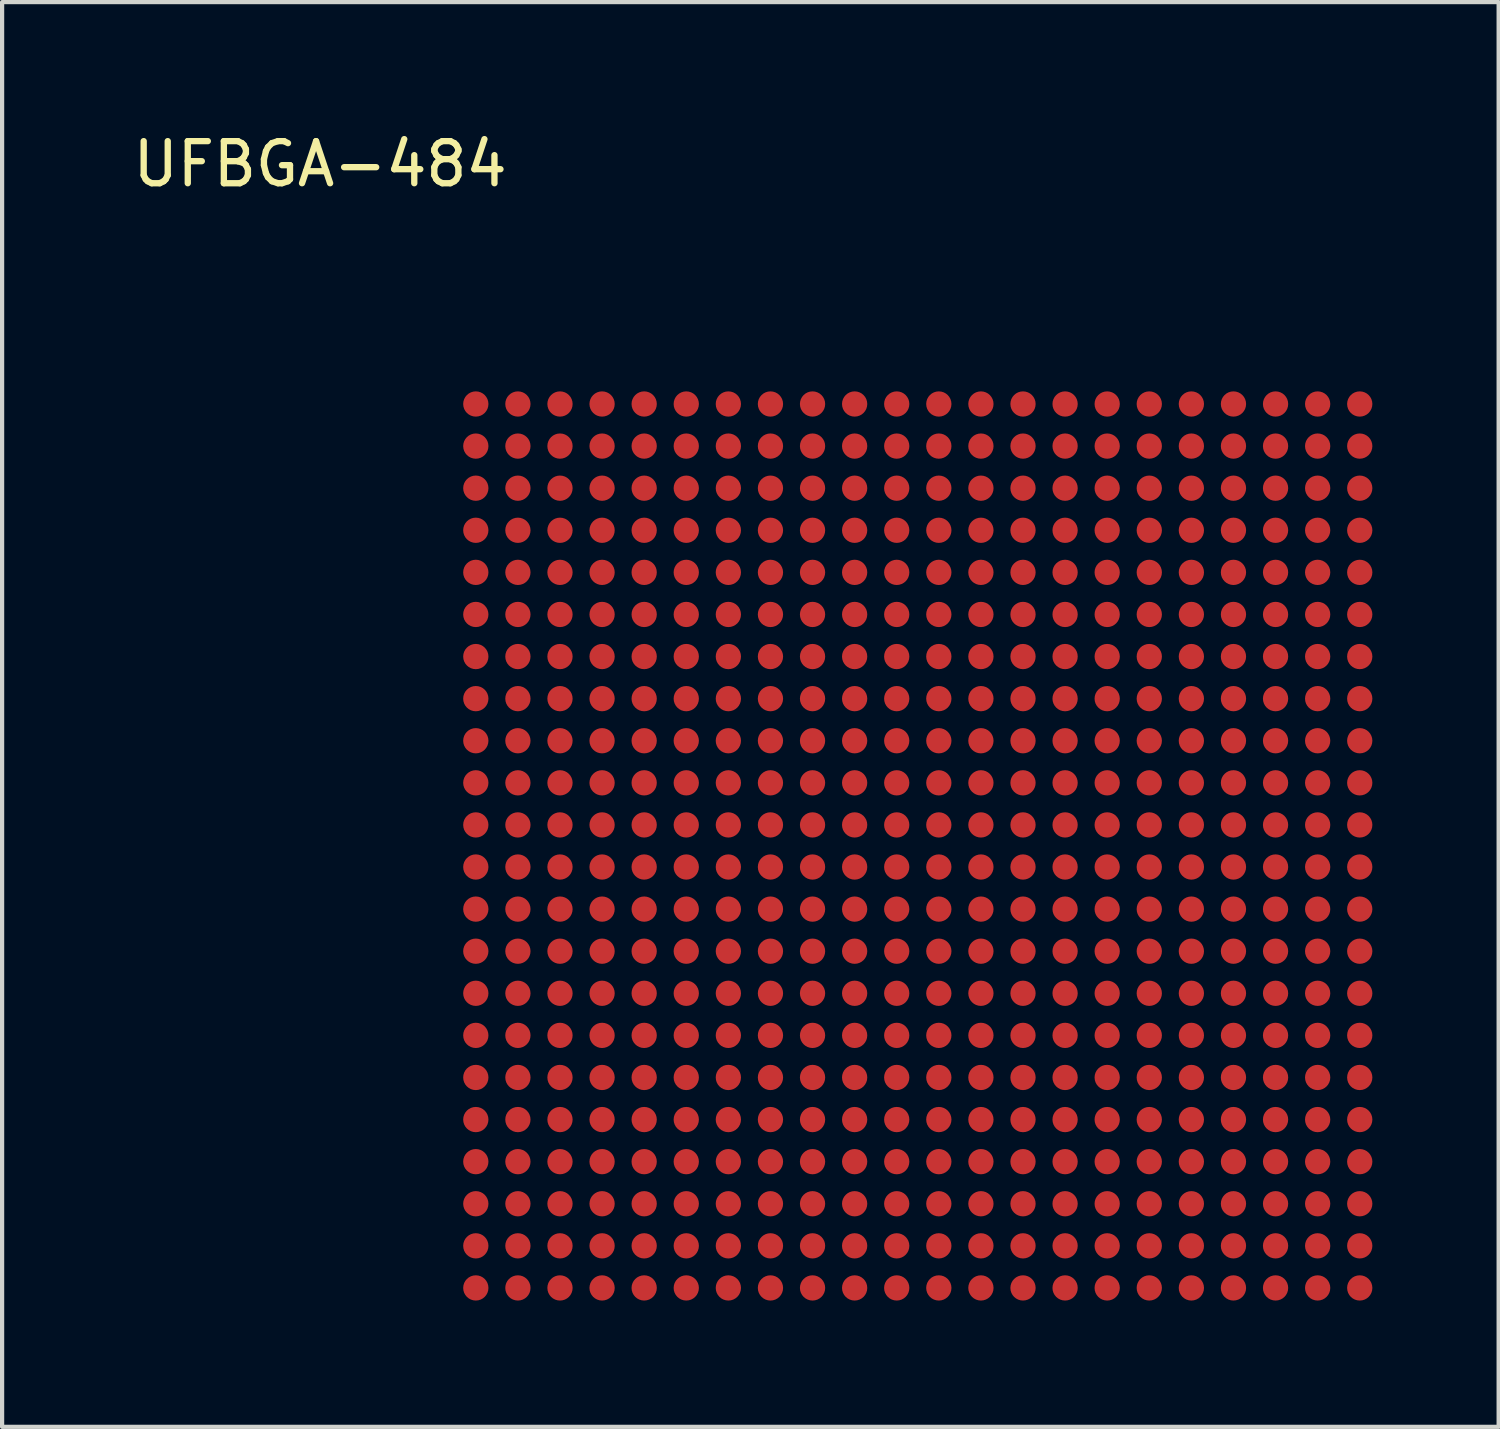
<source format=kicad_pcb>
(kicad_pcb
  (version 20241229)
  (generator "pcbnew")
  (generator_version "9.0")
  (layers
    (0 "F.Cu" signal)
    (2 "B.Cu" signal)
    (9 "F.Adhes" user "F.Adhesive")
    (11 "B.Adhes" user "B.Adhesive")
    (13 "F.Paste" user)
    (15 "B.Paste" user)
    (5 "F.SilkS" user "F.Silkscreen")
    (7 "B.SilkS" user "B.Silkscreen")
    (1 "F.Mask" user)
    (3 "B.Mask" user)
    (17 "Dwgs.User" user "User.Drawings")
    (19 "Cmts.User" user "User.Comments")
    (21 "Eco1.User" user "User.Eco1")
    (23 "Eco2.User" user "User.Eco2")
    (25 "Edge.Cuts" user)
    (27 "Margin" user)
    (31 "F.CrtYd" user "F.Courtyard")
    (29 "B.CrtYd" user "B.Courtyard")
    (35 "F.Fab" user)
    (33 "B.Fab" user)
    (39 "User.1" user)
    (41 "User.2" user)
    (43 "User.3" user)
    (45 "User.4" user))
  (footprint "UFBGA-484"
    (layer "F.Cu")
    (at 18.754 17.048)
    (property "Reference" "UFBGA-484" (at -14.2 -16.2 0) (layer "F.SilkS") (effects (font (size 1 1) (thickness 0.15))))
    (attr through_hole)
    (pad "A1" smd circle (at -10.5 -10.5) (size 0.6 0.6) (layers "F.Cu" "F.Mask" "F.Paste"))
    (pad "A2" smd circle (at -9.5 -10.5) (size 0.6 0.6) (layers "F.Cu" "F.Mask" "F.Paste"))
    (pad "A3" smd circle (at -8.5 -10.5) (size 0.6 0.6) (layers "F.Cu" "F.Mask" "F.Paste"))
    (pad "A4" smd circle (at -7.5 -10.5) (size 0.6 0.6) (layers "F.Cu" "F.Mask" "F.Paste"))
    (pad "A5" smd circle (at -6.5 -10.5) (size 0.6 0.6) (layers "F.Cu" "F.Mask" "F.Paste"))
    (pad "A6" smd circle (at -5.5 -10.5) (size 0.6 0.6) (layers "F.Cu" "F.Mask" "F.Paste"))
    (pad "A7" smd circle (at -4.5 -10.5) (size 0.6 0.6) (layers "F.Cu" "F.Mask" "F.Paste"))
    (pad "A8" smd circle (at -3.5 -10.5) (size 0.6 0.6) (layers "F.Cu" "F.Mask" "F.Paste"))
    (pad "A9" smd circle (at -2.5 -10.5) (size 0.6 0.6) (layers "F.Cu" "F.Mask" "F.Paste"))
    (pad "A10" smd circle (at -1.5 -10.5) (size 0.6 0.6) (layers "F.Cu" "F.Mask" "F.Paste"))
    (pad "A11" smd circle (at -0.5 -10.5) (size 0.6 0.6) (layers "F.Cu" "F.Mask" "F.Paste"))
    (pad "A12" smd circle (at 0.5 -10.5) (size 0.6 0.6) (layers "F.Cu" "F.Mask" "F.Paste"))
    (pad "A13" smd circle (at 1.5 -10.5) (size 0.6 0.6) (layers "F.Cu" "F.Mask" "F.Paste"))
    (pad "A14" smd circle (at 2.5 -10.5) (size 0.6 0.6) (layers "F.Cu" "F.Mask" "F.Paste"))
    (pad "A15" smd circle (at 3.5 -10.5) (size 0.6 0.6) (layers "F.Cu" "F.Mask" "F.Paste"))
    (pad "A16" smd circle (at 4.5 -10.5) (size 0.6 0.6) (layers "F.Cu" "F.Mask" "F.Paste"))
    (pad "A17" smd circle (at 5.5 -10.5) (size 0.6 0.6) (layers "F.Cu" "F.Mask" "F.Paste"))
    (pad "A18" smd circle (at 6.5 -10.5) (size 0.6 0.6) (layers "F.Cu" "F.Mask" "F.Paste"))
    (pad "A19" smd circle (at 7.5 -10.5) (size 0.6 0.6) (layers "F.Cu" "F.Mask" "F.Paste"))
    (pad "A20" smd circle (at 8.5 -10.5) (size 0.6 0.6) (layers "F.Cu" "F.Mask" "F.Paste"))
    (pad "A21" smd circle (at 9.5 -10.5) (size 0.6 0.6) (layers "F.Cu" "F.Mask" "F.Paste"))
    (pad "A22" smd circle (at 10.5 -10.5) (size 0.6 0.6) (layers "F.Cu" "F.Mask" "F.Paste"))
    (pad "AA1" smd circle (at -10.5 9.5) (size 0.6 0.6) (layers "F.Cu" "F.Mask" "F.Paste"))
    (pad "AA2" smd circle (at -9.5 9.5) (size 0.6 0.6) (layers "F.Cu" "F.Mask" "F.Paste"))
    (pad "AA3" smd circle (at -8.5 9.5) (size 0.6 0.6) (layers "F.Cu" "F.Mask" "F.Paste"))
    (pad "AA4" smd circle (at -7.5 9.5) (size 0.6 0.6) (layers "F.Cu" "F.Mask" "F.Paste"))
    (pad "AA5" smd circle (at -6.5 9.5) (size 0.6 0.6) (layers "F.Cu" "F.Mask" "F.Paste"))
    (pad "AA6" smd circle (at -5.5 9.5) (size 0.6 0.6) (layers "F.Cu" "F.Mask" "F.Paste"))
    (pad "AA7" smd circle (at -4.5 9.5) (size 0.6 0.6) (layers "F.Cu" "F.Mask" "F.Paste"))
    (pad "AA8" smd circle (at -3.5 9.5) (size 0.6 0.6) (layers "F.Cu" "F.Mask" "F.Paste"))
    (pad "AA9" smd circle (at -2.5 9.5) (size 0.6 0.6) (layers "F.Cu" "F.Mask" "F.Paste"))
    (pad "AA10" smd circle (at -1.5 9.5) (size 0.6 0.6) (layers "F.Cu" "F.Mask" "F.Paste"))
    (pad "AA11" smd circle (at -0.5 9.5) (size 0.6 0.6) (layers "F.Cu" "F.Mask" "F.Paste"))
    (pad "AA12" smd circle (at 0.5 9.5) (size 0.6 0.6) (layers "F.Cu" "F.Mask" "F.Paste"))
    (pad "AA13" smd circle (at 1.5 9.5) (size 0.6 0.6) (layers "F.Cu" "F.Mask" "F.Paste"))
    (pad "AA14" smd circle (at 2.5 9.5) (size 0.6 0.6) (layers "F.Cu" "F.Mask" "F.Paste"))
    (pad "AA15" smd circle (at 3.5 9.5) (size 0.6 0.6) (layers "F.Cu" "F.Mask" "F.Paste"))
    (pad "AA16" smd circle (at 4.5 9.5) (size 0.6 0.6) (layers "F.Cu" "F.Mask" "F.Paste"))
    (pad "AA17" smd circle (at 5.5 9.5) (size 0.6 0.6) (layers "F.Cu" "F.Mask" "F.Paste"))
    (pad "AA18" smd circle (at 6.5 9.5) (size 0.6 0.6) (layers "F.Cu" "F.Mask" "F.Paste"))
    (pad "AA19" smd circle (at 7.5 9.5) (size 0.6 0.6) (layers "F.Cu" "F.Mask" "F.Paste"))
    (pad "AA20" smd circle (at 8.5 9.5) (size 0.6 0.6) (layers "F.Cu" "F.Mask" "F.Paste"))
    (pad "AA21" smd circle (at 9.5 9.5) (size 0.6 0.6) (layers "F.Cu" "F.Mask" "F.Paste"))
    (pad "AA22" smd circle (at 10.5 9.5) (size 0.6 0.6) (layers "F.Cu" "F.Mask" "F.Paste"))
    (pad "AB1" smd circle (at -10.5 10.5) (size 0.6 0.6) (layers "F.Cu" "F.Mask" "F.Paste"))
    (pad "AB2" smd circle (at -9.5 10.5) (size 0.6 0.6) (layers "F.Cu" "F.Mask" "F.Paste"))
    (pad "AB3" smd circle (at -8.5 10.5) (size 0.6 0.6) (layers "F.Cu" "F.Mask" "F.Paste"))
    (pad "AB4" smd circle (at -7.5 10.5) (size 0.6 0.6) (layers "F.Cu" "F.Mask" "F.Paste"))
    (pad "AB5" smd circle (at -6.5 10.5) (size 0.6 0.6) (layers "F.Cu" "F.Mask" "F.Paste"))
    (pad "AB6" smd circle (at -5.5 10.5) (size 0.6 0.6) (layers "F.Cu" "F.Mask" "F.Paste"))
    (pad "AB7" smd circle (at -4.5 10.5) (size 0.6 0.6) (layers "F.Cu" "F.Mask" "F.Paste"))
    (pad "AB8" smd circle (at -3.5 10.5) (size 0.6 0.6) (layers "F.Cu" "F.Mask" "F.Paste"))
    (pad "AB9" smd circle (at -2.5 10.5) (size 0.6 0.6) (layers "F.Cu" "F.Mask" "F.Paste"))
    (pad "AB10" smd circle (at -1.5 10.5) (size 0.6 0.6) (layers "F.Cu" "F.Mask" "F.Paste"))
    (pad "AB11" smd circle (at -0.5 10.5) (size 0.6 0.6) (layers "F.Cu" "F.Mask" "F.Paste"))
    (pad "AB12" smd circle (at 0.5 10.5) (size 0.6 0.6) (layers "F.Cu" "F.Mask" "F.Paste"))
    (pad "AB13" smd circle (at 1.5 10.5) (size 0.6 0.6) (layers "F.Cu" "F.Mask" "F.Paste"))
    (pad "AB14" smd circle (at 2.5 10.5) (size 0.6 0.6) (layers "F.Cu" "F.Mask" "F.Paste"))
    (pad "AB15" smd circle (at 3.5 10.5) (size 0.6 0.6) (layers "F.Cu" "F.Mask" "F.Paste"))
    (pad "AB16" smd circle (at 4.5 10.5) (size 0.6 0.6) (layers "F.Cu" "F.Mask" "F.Paste"))
    (pad "AB17" smd circle (at 5.5 10.5) (size 0.6 0.6) (layers "F.Cu" "F.Mask" "F.Paste"))
    (pad "AB18" smd circle (at 6.5 10.5) (size 0.6 0.6) (layers "F.Cu" "F.Mask" "F.Paste"))
    (pad "AB19" smd circle (at 7.5 10.5) (size 0.6 0.6) (layers "F.Cu" "F.Mask" "F.Paste"))
    (pad "AB20" smd circle (at 8.5 10.5) (size 0.6 0.6) (layers "F.Cu" "F.Mask" "F.Paste"))
    (pad "AB21" smd circle (at 9.5 10.5) (size 0.6 0.6) (layers "F.Cu" "F.Mask" "F.Paste"))
    (pad "AB22" smd circle (at 10.5 10.5) (size 0.6 0.6) (layers "F.Cu" "F.Mask" "F.Paste"))
    (pad "B1" smd circle (at -10.5 -9.5) (size 0.6 0.6) (layers "F.Cu" "F.Mask" "F.Paste"))
    (pad "B2" smd circle (at -9.5 -9.5) (size 0.6 0.6) (layers "F.Cu" "F.Mask" "F.Paste"))
    (pad "B3" smd circle (at -8.5 -9.5) (size 0.6 0.6) (layers "F.Cu" "F.Mask" "F.Paste"))
    (pad "B4" smd circle (at -7.5 -9.5) (size 0.6 0.6) (layers "F.Cu" "F.Mask" "F.Paste"))
    (pad "B5" smd circle (at -6.5 -9.5) (size 0.6 0.6) (layers "F.Cu" "F.Mask" "F.Paste"))
    (pad "B6" smd circle (at -5.5 -9.5) (size 0.6 0.6) (layers "F.Cu" "F.Mask" "F.Paste"))
    (pad "B7" smd circle (at -4.5 -9.5) (size 0.6 0.6) (layers "F.Cu" "F.Mask" "F.Paste"))
    (pad "B8" smd circle (at -3.5 -9.5) (size 0.6 0.6) (layers "F.Cu" "F.Mask" "F.Paste"))
    (pad "B9" smd circle (at -2.5 -9.5) (size 0.6 0.6) (layers "F.Cu" "F.Mask" "F.Paste"))
    (pad "B10" smd circle (at -1.5 -9.5) (size 0.6 0.6) (layers "F.Cu" "F.Mask" "F.Paste"))
    (pad "B11" smd circle (at -0.5 -9.5) (size 0.6 0.6) (layers "F.Cu" "F.Mask" "F.Paste"))
    (pad "B12" smd circle (at 0.5 -9.5) (size 0.6 0.6) (layers "F.Cu" "F.Mask" "F.Paste"))
    (pad "B13" smd circle (at 1.5 -9.5) (size 0.6 0.6) (layers "F.Cu" "F.Mask" "F.Paste"))
    (pad "B14" smd circle (at 2.5 -9.5) (size 0.6 0.6) (layers "F.Cu" "F.Mask" "F.Paste"))
    (pad "B15" smd circle (at 3.5 -9.5) (size 0.6 0.6) (layers "F.Cu" "F.Mask" "F.Paste"))
    (pad "B16" smd circle (at 4.5 -9.5) (size 0.6 0.6) (layers "F.Cu" "F.Mask" "F.Paste"))
    (pad "B17" smd circle (at 5.5 -9.5) (size 0.6 0.6) (layers "F.Cu" "F.Mask" "F.Paste"))
    (pad "B18" smd circle (at 6.5 -9.5) (size 0.6 0.6) (layers "F.Cu" "F.Mask" "F.Paste"))
    (pad "B19" smd circle (at 7.5 -9.5) (size 0.6 0.6) (layers "F.Cu" "F.Mask" "F.Paste"))
    (pad "B20" smd circle (at 8.5 -9.5) (size 0.6 0.6) (layers "F.Cu" "F.Mask" "F.Paste"))
    (pad "B21" smd circle (at 9.5 -9.5) (size 0.6 0.6) (layers "F.Cu" "F.Mask" "F.Paste"))
    (pad "B22" smd circle (at 10.5 -9.5) (size 0.6 0.6) (layers "F.Cu" "F.Mask" "F.Paste"))
    (pad "C1" smd circle (at -10.5 -8.5) (size 0.6 0.6) (layers "F.Cu" "F.Mask" "F.Paste"))
    (pad "C2" smd circle (at -9.5 -8.5) (size 0.6 0.6) (layers "F.Cu" "F.Mask" "F.Paste"))
    (pad "C3" smd circle (at -8.5 -8.5) (size 0.6 0.6) (layers "F.Cu" "F.Mask" "F.Paste"))
    (pad "C4" smd circle (at -7.5 -8.5) (size 0.6 0.6) (layers "F.Cu" "F.Mask" "F.Paste"))
    (pad "C5" smd circle (at -6.5 -8.5) (size 0.6 0.6) (layers "F.Cu" "F.Mask" "F.Paste"))
    (pad "C6" smd circle (at -5.5 -8.5) (size 0.6 0.6) (layers "F.Cu" "F.Mask" "F.Paste"))
    (pad "C7" smd circle (at -4.5 -8.5) (size 0.6 0.6) (layers "F.Cu" "F.Mask" "F.Paste"))
    (pad "C8" smd circle (at -3.5 -8.5) (size 0.6 0.6) (layers "F.Cu" "F.Mask" "F.Paste"))
    (pad "C9" smd circle (at -2.5 -8.5) (size 0.6 0.6) (layers "F.Cu" "F.Mask" "F.Paste"))
    (pad "C10" smd circle (at -1.5 -8.5) (size 0.6 0.6) (layers "F.Cu" "F.Mask" "F.Paste"))
    (pad "C11" smd circle (at -0.5 -8.5) (size 0.6 0.6) (layers "F.Cu" "F.Mask" "F.Paste"))
    (pad "C12" smd circle (at 0.5 -8.5) (size 0.6 0.6) (layers "F.Cu" "F.Mask" "F.Paste"))
    (pad "C13" smd circle (at 1.5 -8.5) (size 0.6 0.6) (layers "F.Cu" "F.Mask" "F.Paste"))
    (pad "C14" smd circle (at 2.5 -8.5) (size 0.6 0.6) (layers "F.Cu" "F.Mask" "F.Paste"))
    (pad "C15" smd circle (at 3.5 -8.5) (size 0.6 0.6) (layers "F.Cu" "F.Mask" "F.Paste"))
    (pad "C16" smd circle (at 4.5 -8.5) (size 0.6 0.6) (layers "F.Cu" "F.Mask" "F.Paste"))
    (pad "C17" smd circle (at 5.5 -8.5) (size 0.6 0.6) (layers "F.Cu" "F.Mask" "F.Paste"))
    (pad "C18" smd circle (at 6.5 -8.5) (size 0.6 0.6) (layers "F.Cu" "F.Mask" "F.Paste"))
    (pad "C19" smd circle (at 7.5 -8.5) (size 0.6 0.6) (layers "F.Cu" "F.Mask" "F.Paste"))
    (pad "C20" smd circle (at 8.5 -8.5) (size 0.6 0.6) (layers "F.Cu" "F.Mask" "F.Paste"))
    (pad "C21" smd circle (at 9.5 -8.5) (size 0.6 0.6) (layers "F.Cu" "F.Mask" "F.Paste"))
    (pad "C22" smd circle (at 10.5 -8.5) (size 0.6 0.6) (layers "F.Cu" "F.Mask" "F.Paste"))
    (pad "D1" smd circle (at -10.5 -7.5) (size 0.6 0.6) (layers "F.Cu" "F.Mask" "F.Paste"))
    (pad "D2" smd circle (at -9.5 -7.5) (size 0.6 0.6) (layers "F.Cu" "F.Mask" "F.Paste"))
    (pad "D3" smd circle (at -8.5 -7.5) (size 0.6 0.6) (layers "F.Cu" "F.Mask" "F.Paste"))
    (pad "D4" smd circle (at -7.5 -7.5) (size 0.6 0.6) (layers "F.Cu" "F.Mask" "F.Paste"))
    (pad "D5" smd circle (at -6.5 -7.5) (size 0.6 0.6) (layers "F.Cu" "F.Mask" "F.Paste"))
    (pad "D6" smd circle (at -5.5 -7.5) (size 0.6 0.6) (layers "F.Cu" "F.Mask" "F.Paste"))
    (pad "D7" smd circle (at -4.5 -7.5) (size 0.6 0.6) (layers "F.Cu" "F.Mask" "F.Paste"))
    (pad "D8" smd circle (at -3.5 -7.5) (size 0.6 0.6) (layers "F.Cu" "F.Mask" "F.Paste"))
    (pad "D9" smd circle (at -2.5 -7.5) (size 0.6 0.6) (layers "F.Cu" "F.Mask" "F.Paste"))
    (pad "D10" smd circle (at -1.5 -7.5) (size 0.6 0.6) (layers "F.Cu" "F.Mask" "F.Paste"))
    (pad "D11" smd circle (at -0.5 -7.5) (size 0.6 0.6) (layers "F.Cu" "F.Mask" "F.Paste"))
    (pad "D12" smd circle (at 0.5 -7.5) (size 0.6 0.6) (layers "F.Cu" "F.Mask" "F.Paste"))
    (pad "D13" smd circle (at 1.5 -7.5) (size 0.6 0.6) (layers "F.Cu" "F.Mask" "F.Paste"))
    (pad "D14" smd circle (at 2.5 -7.5) (size 0.6 0.6) (layers "F.Cu" "F.Mask" "F.Paste"))
    (pad "D15" smd circle (at 3.5 -7.5) (size 0.6 0.6) (layers "F.Cu" "F.Mask" "F.Paste"))
    (pad "D16" smd circle (at 4.5 -7.5) (size 0.6 0.6) (layers "F.Cu" "F.Mask" "F.Paste"))
    (pad "D17" smd circle (at 5.5 -7.5) (size 0.6 0.6) (layers "F.Cu" "F.Mask" "F.Paste"))
    (pad "D18" smd circle (at 6.5 -7.5) (size 0.6 0.6) (layers "F.Cu" "F.Mask" "F.Paste"))
    (pad "D19" smd circle (at 7.5 -7.5) (size 0.6 0.6) (layers "F.Cu" "F.Mask" "F.Paste"))
    (pad "D20" smd circle (at 8.5 -7.5) (size 0.6 0.6) (layers "F.Cu" "F.Mask" "F.Paste"))
    (pad "D21" smd circle (at 9.5 -7.5) (size 0.6 0.6) (layers "F.Cu" "F.Mask" "F.Paste"))
    (pad "D22" smd circle (at 10.5 -7.5) (size 0.6 0.6) (layers "F.Cu" "F.Mask" "F.Paste"))
    (pad "E1" smd circle (at -10.5 -6.5) (size 0.6 0.6) (layers "F.Cu" "F.Mask" "F.Paste"))
    (pad "E2" smd circle (at -9.5 -6.5) (size 0.6 0.6) (layers "F.Cu" "F.Mask" "F.Paste"))
    (pad "E3" smd circle (at -8.5 -6.5) (size 0.6 0.6) (layers "F.Cu" "F.Mask" "F.Paste"))
    (pad "E4" smd circle (at -7.5 -6.5) (size 0.6 0.6) (layers "F.Cu" "F.Mask" "F.Paste"))
    (pad "E5" smd circle (at -6.5 -6.5) (size 0.6 0.6) (layers "F.Cu" "F.Mask" "F.Paste"))
    (pad "E6" smd circle (at -5.5 -6.5) (size 0.6 0.6) (layers "F.Cu" "F.Mask" "F.Paste"))
    (pad "E7" smd circle (at -4.5 -6.5) (size 0.6 0.6) (layers "F.Cu" "F.Mask" "F.Paste"))
    (pad "E8" smd circle (at -3.5 -6.5) (size 0.6 0.6) (layers "F.Cu" "F.Mask" "F.Paste"))
    (pad "E9" smd circle (at -2.5 -6.5) (size 0.6 0.6) (layers "F.Cu" "F.Mask" "F.Paste"))
    (pad "E10" smd circle (at -1.5 -6.5) (size 0.6 0.6) (layers "F.Cu" "F.Mask" "F.Paste"))
    (pad "E11" smd circle (at -0.5 -6.5) (size 0.6 0.6) (layers "F.Cu" "F.Mask" "F.Paste"))
    (pad "E12" smd circle (at 0.5 -6.5) (size 0.6 0.6) (layers "F.Cu" "F.Mask" "F.Paste"))
    (pad "E13" smd circle (at 1.5 -6.5) (size 0.6 0.6) (layers "F.Cu" "F.Mask" "F.Paste"))
    (pad "E14" smd circle (at 2.5 -6.5) (size 0.6 0.6) (layers "F.Cu" "F.Mask" "F.Paste"))
    (pad "E15" smd circle (at 3.5 -6.5) (size 0.6 0.6) (layers "F.Cu" "F.Mask" "F.Paste"))
    (pad "E16" smd circle (at 4.5 -6.5) (size 0.6 0.6) (layers "F.Cu" "F.Mask" "F.Paste"))
    (pad "E17" smd circle (at 5.5 -6.5) (size 0.6 0.6) (layers "F.Cu" "F.Mask" "F.Paste"))
    (pad "E18" smd circle (at 6.5 -6.5) (size 0.6 0.6) (layers "F.Cu" "F.Mask" "F.Paste"))
    (pad "E19" smd circle (at 7.5 -6.5) (size 0.6 0.6) (layers "F.Cu" "F.Mask" "F.Paste"))
    (pad "E20" smd circle (at 8.5 -6.5) (size 0.6 0.6) (layers "F.Cu" "F.Mask" "F.Paste"))
    (pad "E21" smd circle (at 9.5 -6.5) (size 0.6 0.6) (layers "F.Cu" "F.Mask" "F.Paste"))
    (pad "E22" smd circle (at 10.5 -6.5) (size 0.6 0.6) (layers "F.Cu" "F.Mask" "F.Paste"))
    (pad "F1" smd circle (at -10.5 -5.5) (size 0.6 0.6) (layers "F.Cu" "F.Mask" "F.Paste"))
    (pad "F2" smd circle (at -9.5 -5.5) (size 0.6 0.6) (layers "F.Cu" "F.Mask" "F.Paste"))
    (pad "F3" smd circle (at -8.5 -5.5) (size 0.6 0.6) (layers "F.Cu" "F.Mask" "F.Paste"))
    (pad "F4" smd circle (at -7.5 -5.5) (size 0.6 0.6) (layers "F.Cu" "F.Mask" "F.Paste"))
    (pad "F5" smd circle (at -6.5 -5.5) (size 0.6 0.6) (layers "F.Cu" "F.Mask" "F.Paste"))
    (pad "F6" smd circle (at -5.5 -5.5) (size 0.6 0.6) (layers "F.Cu" "F.Mask" "F.Paste"))
    (pad "F7" smd circle (at -4.5 -5.5) (size 0.6 0.6) (layers "F.Cu" "F.Mask" "F.Paste"))
    (pad "F8" smd circle (at -3.5 -5.5) (size 0.6 0.6) (layers "F.Cu" "F.Mask" "F.Paste"))
    (pad "F9" smd circle (at -2.5 -5.5) (size 0.6 0.6) (layers "F.Cu" "F.Mask" "F.Paste"))
    (pad "F10" smd circle (at -1.5 -5.5) (size 0.6 0.6) (layers "F.Cu" "F.Mask" "F.Paste"))
    (pad "F11" smd circle (at -0.5 -5.5) (size 0.6 0.6) (layers "F.Cu" "F.Mask" "F.Paste"))
    (pad "F12" smd circle (at 0.5 -5.5) (size 0.6 0.6) (layers "F.Cu" "F.Mask" "F.Paste"))
    (pad "F13" smd circle (at 1.5 -5.5) (size 0.6 0.6) (layers "F.Cu" "F.Mask" "F.Paste"))
    (pad "F14" smd circle (at 2.5 -5.5) (size 0.6 0.6) (layers "F.Cu" "F.Mask" "F.Paste"))
    (pad "F15" smd circle (at 3.5 -5.5) (size 0.6 0.6) (layers "F.Cu" "F.Mask" "F.Paste"))
    (pad "F16" smd circle (at 4.5 -5.5) (size 0.6 0.6) (layers "F.Cu" "F.Mask" "F.Paste"))
    (pad "F17" smd circle (at 5.5 -5.5) (size 0.6 0.6) (layers "F.Cu" "F.Mask" "F.Paste"))
    (pad "F18" smd circle (at 6.5 -5.5) (size 0.6 0.6) (layers "F.Cu" "F.Mask" "F.Paste"))
    (pad "F19" smd circle (at 7.5 -5.5) (size 0.6 0.6) (layers "F.Cu" "F.Mask" "F.Paste"))
    (pad "F20" smd circle (at 8.5 -5.5) (size 0.6 0.6) (layers "F.Cu" "F.Mask" "F.Paste"))
    (pad "F21" smd circle (at 9.5 -5.5) (size 0.6 0.6) (layers "F.Cu" "F.Mask" "F.Paste"))
    (pad "F22" smd circle (at 10.5 -5.5) (size 0.6 0.6) (layers "F.Cu" "F.Mask" "F.Paste"))
    (pad "G1" smd circle (at -10.5 -4.5) (size 0.6 0.6) (layers "F.Cu" "F.Mask" "F.Paste"))
    (pad "G2" smd circle (at -9.5 -4.5) (size 0.6 0.6) (layers "F.Cu" "F.Mask" "F.Paste"))
    (pad "G3" smd circle (at -8.5 -4.5) (size 0.6 0.6) (layers "F.Cu" "F.Mask" "F.Paste"))
    (pad "G4" smd circle (at -7.5 -4.5) (size 0.6 0.6) (layers "F.Cu" "F.Mask" "F.Paste"))
    (pad "G5" smd circle (at -6.5 -4.5) (size 0.6 0.6) (layers "F.Cu" "F.Mask" "F.Paste"))
    (pad "G6" smd circle (at -5.5 -4.5) (size 0.6 0.6) (layers "F.Cu" "F.Mask" "F.Paste"))
    (pad "G7" smd circle (at -4.5 -4.5) (size 0.6 0.6) (layers "F.Cu" "F.Mask" "F.Paste"))
    (pad "G8" smd circle (at -3.5 -4.5) (size 0.6 0.6) (layers "F.Cu" "F.Mask" "F.Paste"))
    (pad "G9" smd circle (at -2.5 -4.5) (size 0.6 0.6) (layers "F.Cu" "F.Mask" "F.Paste"))
    (pad "G10" smd circle (at -1.5 -4.5) (size 0.6 0.6) (layers "F.Cu" "F.Mask" "F.Paste"))
    (pad "G11" smd circle (at -0.5 -4.5) (size 0.6 0.6) (layers "F.Cu" "F.Mask" "F.Paste"))
    (pad "G12" smd circle (at 0.5 -4.5) (size 0.6 0.6) (layers "F.Cu" "F.Mask" "F.Paste"))
    (pad "G13" smd circle (at 1.5 -4.5) (size 0.6 0.6) (layers "F.Cu" "F.Mask" "F.Paste"))
    (pad "G14" smd circle (at 2.5 -4.5) (size 0.6 0.6) (layers "F.Cu" "F.Mask" "F.Paste"))
    (pad "G15" smd circle (at 3.5 -4.5) (size 0.6 0.6) (layers "F.Cu" "F.Mask" "F.Paste"))
    (pad "G16" smd circle (at 4.5 -4.5) (size 0.6 0.6) (layers "F.Cu" "F.Mask" "F.Paste"))
    (pad "G17" smd circle (at 5.5 -4.5) (size 0.6 0.6) (layers "F.Cu" "F.Mask" "F.Paste"))
    (pad "G18" smd circle (at 6.5 -4.5) (size 0.6 0.6) (layers "F.Cu" "F.Mask" "F.Paste"))
    (pad "G19" smd circle (at 7.5 -4.5) (size 0.6 0.6) (layers "F.Cu" "F.Mask" "F.Paste"))
    (pad "G20" smd circle (at 8.5 -4.5) (size 0.6 0.6) (layers "F.Cu" "F.Mask" "F.Paste"))
    (pad "G21" smd circle (at 9.5 -4.5) (size 0.6 0.6) (layers "F.Cu" "F.Mask" "F.Paste"))
    (pad "G22" smd circle (at 10.5 -4.5) (size 0.6 0.6) (layers "F.Cu" "F.Mask" "F.Paste"))
    (pad "H1" smd circle (at -10.5 -3.5) (size 0.6 0.6) (layers "F.Cu" "F.Mask" "F.Paste"))
    (pad "H2" smd circle (at -9.5 -3.5) (size 0.6 0.6) (layers "F.Cu" "F.Mask" "F.Paste"))
    (pad "H3" smd circle (at -8.5 -3.5) (size 0.6 0.6) (layers "F.Cu" "F.Mask" "F.Paste"))
    (pad "H4" smd circle (at -7.5 -3.5) (size 0.6 0.6) (layers "F.Cu" "F.Mask" "F.Paste"))
    (pad "H5" smd circle (at -6.5 -3.5) (size 0.6 0.6) (layers "F.Cu" "F.Mask" "F.Paste"))
    (pad "H6" smd circle (at -5.5 -3.5) (size 0.6 0.6) (layers "F.Cu" "F.Mask" "F.Paste"))
    (pad "H7" smd circle (at -4.5 -3.5) (size 0.6 0.6) (layers "F.Cu" "F.Mask" "F.Paste"))
    (pad "H8" smd circle (at -3.5 -3.5) (size 0.6 0.6) (layers "F.Cu" "F.Mask" "F.Paste"))
    (pad "H9" smd circle (at -2.5 -3.5) (size 0.6 0.6) (layers "F.Cu" "F.Mask" "F.Paste"))
    (pad "H10" smd circle (at -1.5 -3.5) (size 0.6 0.6) (layers "F.Cu" "F.Mask" "F.Paste"))
    (pad "H11" smd circle (at -0.5 -3.5) (size 0.6 0.6) (layers "F.Cu" "F.Mask" "F.Paste"))
    (pad "H12" smd circle (at 0.5 -3.5) (size 0.6 0.6) (layers "F.Cu" "F.Mask" "F.Paste"))
    (pad "H13" smd circle (at 1.5 -3.5) (size 0.6 0.6) (layers "F.Cu" "F.Mask" "F.Paste"))
    (pad "H14" smd circle (at 2.5 -3.5) (size 0.6 0.6) (layers "F.Cu" "F.Mask" "F.Paste"))
    (pad "H15" smd circle (at 3.5 -3.5) (size 0.6 0.6) (layers "F.Cu" "F.Mask" "F.Paste"))
    (pad "H16" smd circle (at 4.5 -3.5) (size 0.6 0.6) (layers "F.Cu" "F.Mask" "F.Paste"))
    (pad "H17" smd circle (at 5.5 -3.5) (size 0.6 0.6) (layers "F.Cu" "F.Mask" "F.Paste"))
    (pad "H18" smd circle (at 6.5 -3.5) (size 0.6 0.6) (layers "F.Cu" "F.Mask" "F.Paste"))
    (pad "H19" smd circle (at 7.5 -3.5) (size 0.6 0.6) (layers "F.Cu" "F.Mask" "F.Paste"))
    (pad "H20" smd circle (at 8.5 -3.5) (size 0.6 0.6) (layers "F.Cu" "F.Mask" "F.Paste"))
    (pad "H21" smd circle (at 9.5 -3.5) (size 0.6 0.6) (layers "F.Cu" "F.Mask" "F.Paste"))
    (pad "H22" smd circle (at 10.5 -3.5) (size 0.6 0.6) (layers "F.Cu" "F.Mask" "F.Paste"))
    (pad "J1" smd circle (at -10.5 -2.5) (size 0.6 0.6) (layers "F.Cu" "F.Mask" "F.Paste"))
    (pad "J2" smd circle (at -9.5 -2.5) (size 0.6 0.6) (layers "F.Cu" "F.Mask" "F.Paste"))
    (pad "J3" smd circle (at -8.5 -2.5) (size 0.6 0.6) (layers "F.Cu" "F.Mask" "F.Paste"))
    (pad "J4" smd circle (at -7.5 -2.5) (size 0.6 0.6) (layers "F.Cu" "F.Mask" "F.Paste"))
    (pad "J5" smd circle (at -6.5 -2.5) (size 0.6 0.6) (layers "F.Cu" "F.Mask" "F.Paste"))
    (pad "J6" smd circle (at -5.5 -2.5) (size 0.6 0.6) (layers "F.Cu" "F.Mask" "F.Paste"))
    (pad "J7" smd circle (at -4.5 -2.5) (size 0.6 0.6) (layers "F.Cu" "F.Mask" "F.Paste"))
    (pad "J8" smd circle (at -3.5 -2.5) (size 0.6 0.6) (layers "F.Cu" "F.Mask" "F.Paste"))
    (pad "J9" smd circle (at -2.5 -2.5) (size 0.6 0.6) (layers "F.Cu" "F.Mask" "F.Paste"))
    (pad "J10" smd circle (at -1.5 -2.5) (size 0.6 0.6) (layers "F.Cu" "F.Mask" "F.Paste"))
    (pad "J11" smd circle (at -0.5 -2.5) (size 0.6 0.6) (layers "F.Cu" "F.Mask" "F.Paste"))
    (pad "J12" smd circle (at 0.5 -2.5) (size 0.6 0.6) (layers "F.Cu" "F.Mask" "F.Paste"))
    (pad "J13" smd circle (at 1.5 -2.5) (size 0.6 0.6) (layers "F.Cu" "F.Mask" "F.Paste"))
    (pad "J14" smd circle (at 2.5 -2.5) (size 0.6 0.6) (layers "F.Cu" "F.Mask" "F.Paste"))
    (pad "J15" smd circle (at 3.5 -2.5) (size 0.6 0.6) (layers "F.Cu" "F.Mask" "F.Paste"))
    (pad "J16" smd circle (at 4.5 -2.5) (size 0.6 0.6) (layers "F.Cu" "F.Mask" "F.Paste"))
    (pad "J17" smd circle (at 5.5 -2.5) (size 0.6 0.6) (layers "F.Cu" "F.Mask" "F.Paste"))
    (pad "J18" smd circle (at 6.5 -2.5) (size 0.6 0.6) (layers "F.Cu" "F.Mask" "F.Paste"))
    (pad "J19" smd circle (at 7.5 -2.5) (size 0.6 0.6) (layers "F.Cu" "F.Mask" "F.Paste"))
    (pad "J20" smd circle (at 8.5 -2.5) (size 0.6 0.6) (layers "F.Cu" "F.Mask" "F.Paste"))
    (pad "J21" smd circle (at 9.5 -2.5) (size 0.6 0.6) (layers "F.Cu" "F.Mask" "F.Paste"))
    (pad "J22" smd circle (at 10.5 -2.5) (size 0.6 0.6) (layers "F.Cu" "F.Mask" "F.Paste"))
    (pad "K1" smd circle (at -10.5 -1.5) (size 0.6 0.6) (layers "F.Cu" "F.Mask" "F.Paste"))
    (pad "K2" smd circle (at -9.5 -1.5) (size 0.6 0.6) (layers "F.Cu" "F.Mask" "F.Paste"))
    (pad "K3" smd circle (at -8.5 -1.5) (size 0.6 0.6) (layers "F.Cu" "F.Mask" "F.Paste"))
    (pad "K4" smd circle (at -7.5 -1.5) (size 0.6 0.6) (layers "F.Cu" "F.Mask" "F.Paste"))
    (pad "K5" smd circle (at -6.5 -1.5) (size 0.6 0.6) (layers "F.Cu" "F.Mask" "F.Paste"))
    (pad "K6" smd circle (at -5.5 -1.5) (size 0.6 0.6) (layers "F.Cu" "F.Mask" "F.Paste"))
    (pad "K7" smd circle (at -4.5 -1.5) (size 0.6 0.6) (layers "F.Cu" "F.Mask" "F.Paste"))
    (pad "K8" smd circle (at -3.5 -1.5) (size 0.6 0.6) (layers "F.Cu" "F.Mask" "F.Paste"))
    (pad "K9" smd circle (at -2.5 -1.5) (size 0.6 0.6) (layers "F.Cu" "F.Mask" "F.Paste"))
    (pad "K10" smd circle (at -1.5 -1.5) (size 0.6 0.6) (layers "F.Cu" "F.Mask" "F.Paste"))
    (pad "K11" smd circle (at -0.5 -1.5) (size 0.6 0.6) (layers "F.Cu" "F.Mask" "F.Paste"))
    (pad "K12" smd circle (at 0.5 -1.5) (size 0.6 0.6) (layers "F.Cu" "F.Mask" "F.Paste"))
    (pad "K13" smd circle (at 1.5 -1.5) (size 0.6 0.6) (layers "F.Cu" "F.Mask" "F.Paste"))
    (pad "K14" smd circle (at 2.5 -1.5) (size 0.6 0.6) (layers "F.Cu" "F.Mask" "F.Paste"))
    (pad "K15" smd circle (at 3.5 -1.5) (size 0.6 0.6) (layers "F.Cu" "F.Mask" "F.Paste"))
    (pad "K16" smd circle (at 4.5 -1.5) (size 0.6 0.6) (layers "F.Cu" "F.Mask" "F.Paste"))
    (pad "K17" smd circle (at 5.5 -1.5) (size 0.6 0.6) (layers "F.Cu" "F.Mask" "F.Paste"))
    (pad "K18" smd circle (at 6.5 -1.5) (size 0.6 0.6) (layers "F.Cu" "F.Mask" "F.Paste"))
    (pad "K19" smd circle (at 7.5 -1.5) (size 0.6 0.6) (layers "F.Cu" "F.Mask" "F.Paste"))
    (pad "K20" smd circle (at 8.5 -1.5) (size 0.6 0.6) (layers "F.Cu" "F.Mask" "F.Paste"))
    (pad "K21" smd circle (at 9.5 -1.5) (size 0.6 0.6) (layers "F.Cu" "F.Mask" "F.Paste"))
    (pad "K22" smd circle (at 10.5 -1.5) (size 0.6 0.6) (layers "F.Cu" "F.Mask" "F.Paste"))
    (pad "L1" smd circle (at -10.5 -0.5) (size 0.6 0.6) (layers "F.Cu" "F.Mask" "F.Paste"))
    (pad "L2" smd circle (at -9.5 -0.5) (size 0.6 0.6) (layers "F.Cu" "F.Mask" "F.Paste"))
    (pad "L3" smd circle (at -8.5 -0.5) (size 0.6 0.6) (layers "F.Cu" "F.Mask" "F.Paste"))
    (pad "L4" smd circle (at -7.5 -0.5) (size 0.6 0.6) (layers "F.Cu" "F.Mask" "F.Paste"))
    (pad "L5" smd circle (at -6.5 -0.5) (size 0.6 0.6) (layers "F.Cu" "F.Mask" "F.Paste"))
    (pad "L6" smd circle (at -5.5 -0.5) (size 0.6 0.6) (layers "F.Cu" "F.Mask" "F.Paste"))
    (pad "L7" smd circle (at -4.5 -0.5) (size 0.6 0.6) (layers "F.Cu" "F.Mask" "F.Paste"))
    (pad "L8" smd circle (at -3.5 -0.5) (size 0.6 0.6) (layers "F.Cu" "F.Mask" "F.Paste"))
    (pad "L9" smd circle (at -2.5 -0.5) (size 0.6 0.6) (layers "F.Cu" "F.Mask" "F.Paste"))
    (pad "L10" smd circle (at -1.5 -0.5) (size 0.6 0.6) (layers "F.Cu" "F.Mask" "F.Paste"))
    (pad "L11" smd circle (at -0.5 -0.5) (size 0.6 0.6) (layers "F.Cu" "F.Mask" "F.Paste"))
    (pad "L12" smd circle (at 0.5 -0.5) (size 0.6 0.6) (layers "F.Cu" "F.Mask" "F.Paste"))
    (pad "L13" smd circle (at 1.5 -0.5) (size 0.6 0.6) (layers "F.Cu" "F.Mask" "F.Paste"))
    (pad "L14" smd circle (at 2.5 -0.5) (size 0.6 0.6) (layers "F.Cu" "F.Mask" "F.Paste"))
    (pad "L15" smd circle (at 3.5 -0.5) (size 0.6 0.6) (layers "F.Cu" "F.Mask" "F.Paste"))
    (pad "L16" smd circle (at 4.5 -0.5) (size 0.6 0.6) (layers "F.Cu" "F.Mask" "F.Paste"))
    (pad "L17" smd circle (at 5.5 -0.5) (size 0.6 0.6) (layers "F.Cu" "F.Mask" "F.Paste"))
    (pad "L18" smd circle (at 6.5 -0.5) (size 0.6 0.6) (layers "F.Cu" "F.Mask" "F.Paste"))
    (pad "L19" smd circle (at 7.5 -0.5) (size 0.6 0.6) (layers "F.Cu" "F.Mask" "F.Paste"))
    (pad "L20" smd circle (at 8.5 -0.5) (size 0.6 0.6) (layers "F.Cu" "F.Mask" "F.Paste"))
    (pad "L21" smd circle (at 9.5 -0.5) (size 0.6 0.6) (layers "F.Cu" "F.Mask" "F.Paste"))
    (pad "L22" smd circle (at 10.5 -0.5) (size 0.6 0.6) (layers "F.Cu" "F.Mask" "F.Paste"))
    (pad "M1" smd circle (at -10.5 0.5) (size 0.6 0.6) (layers "F.Cu" "F.Mask" "F.Paste"))
    (pad "M2" smd circle (at -9.5 0.5) (size 0.6 0.6) (layers "F.Cu" "F.Mask" "F.Paste"))
    (pad "M3" smd circle (at -8.5 0.5) (size 0.6 0.6) (layers "F.Cu" "F.Mask" "F.Paste"))
    (pad "M4" smd circle (at -7.5 0.5) (size 0.6 0.6) (layers "F.Cu" "F.Mask" "F.Paste"))
    (pad "M5" smd circle (at -6.5 0.5) (size 0.6 0.6) (layers "F.Cu" "F.Mask" "F.Paste"))
    (pad "M6" smd circle (at -5.5 0.5) (size 0.6 0.6) (layers "F.Cu" "F.Mask" "F.Paste"))
    (pad "M7" smd circle (at -4.5 0.5) (size 0.6 0.6) (layers "F.Cu" "F.Mask" "F.Paste"))
    (pad "M8" smd circle (at -3.5 0.5) (size 0.6 0.6) (layers "F.Cu" "F.Mask" "F.Paste"))
    (pad "M9" smd circle (at -2.5 0.5) (size 0.6 0.6) (layers "F.Cu" "F.Mask" "F.Paste"))
    (pad "M10" smd circle (at -1.5 0.5) (size 0.6 0.6) (layers "F.Cu" "F.Mask" "F.Paste"))
    (pad "M11" smd circle (at -0.5 0.5) (size 0.6 0.6) (layers "F.Cu" "F.Mask" "F.Paste"))
    (pad "M12" smd circle (at 0.5 0.5) (size 0.6 0.6) (layers "F.Cu" "F.Mask" "F.Paste"))
    (pad "M13" smd circle (at 1.5 0.5) (size 0.6 0.6) (layers "F.Cu" "F.Mask" "F.Paste"))
    (pad "M14" smd circle (at 2.5 0.5) (size 0.6 0.6) (layers "F.Cu" "F.Mask" "F.Paste"))
    (pad "M15" smd circle (at 3.5 0.5) (size 0.6 0.6) (layers "F.Cu" "F.Mask" "F.Paste"))
    (pad "M16" smd circle (at 4.5 0.5) (size 0.6 0.6) (layers "F.Cu" "F.Mask" "F.Paste"))
    (pad "M17" smd circle (at 5.5 0.5) (size 0.6 0.6) (layers "F.Cu" "F.Mask" "F.Paste"))
    (pad "M18" smd circle (at 6.5 0.5) (size 0.6 0.6) (layers "F.Cu" "F.Mask" "F.Paste"))
    (pad "M19" smd circle (at 7.5 0.5) (size 0.6 0.6) (layers "F.Cu" "F.Mask" "F.Paste"))
    (pad "M20" smd circle (at 8.5 0.5) (size 0.6 0.6) (layers "F.Cu" "F.Mask" "F.Paste"))
    (pad "M21" smd circle (at 9.5 0.5) (size 0.6 0.6) (layers "F.Cu" "F.Mask" "F.Paste"))
    (pad "M22" smd circle (at 10.5 0.5) (size 0.6 0.6) (layers "F.Cu" "F.Mask" "F.Paste"))
    (pad "N1" smd circle (at -10.5 1.5) (size 0.6 0.6) (layers "F.Cu" "F.Mask" "F.Paste"))
    (pad "N2" smd circle (at -9.5 1.5) (size 0.6 0.6) (layers "F.Cu" "F.Mask" "F.Paste"))
    (pad "N3" smd circle (at -8.5 1.5) (size 0.6 0.6) (layers "F.Cu" "F.Mask" "F.Paste"))
    (pad "N4" smd circle (at -7.5 1.5) (size 0.6 0.6) (layers "F.Cu" "F.Mask" "F.Paste"))
    (pad "N5" smd circle (at -6.5 1.5) (size 0.6 0.6) (layers "F.Cu" "F.Mask" "F.Paste"))
    (pad "N6" smd circle (at -5.5 1.5) (size 0.6 0.6) (layers "F.Cu" "F.Mask" "F.Paste"))
    (pad "N7" smd circle (at -4.5 1.5) (size 0.6 0.6) (layers "F.Cu" "F.Mask" "F.Paste"))
    (pad "N8" smd circle (at -3.5 1.5) (size 0.6 0.6) (layers "F.Cu" "F.Mask" "F.Paste"))
    (pad "N9" smd circle (at -2.5 1.5) (size 0.6 0.6) (layers "F.Cu" "F.Mask" "F.Paste"))
    (pad "N10" smd circle (at -1.5 1.5) (size 0.6 0.6) (layers "F.Cu" "F.Mask" "F.Paste"))
    (pad "N11" smd circle (at -0.5 1.5) (size 0.6 0.6) (layers "F.Cu" "F.Mask" "F.Paste"))
    (pad "N12" smd circle (at 0.5 1.5) (size 0.6 0.6) (layers "F.Cu" "F.Mask" "F.Paste"))
    (pad "N13" smd circle (at 1.5 1.5) (size 0.6 0.6) (layers "F.Cu" "F.Mask" "F.Paste"))
    (pad "N14" smd circle (at 2.5 1.5) (size 0.6 0.6) (layers "F.Cu" "F.Mask" "F.Paste"))
    (pad "N15" smd circle (at 3.5 1.5) (size 0.6 0.6) (layers "F.Cu" "F.Mask" "F.Paste"))
    (pad "N16" smd circle (at 4.5 1.5) (size 0.6 0.6) (layers "F.Cu" "F.Mask" "F.Paste"))
    (pad "N17" smd circle (at 5.5 1.5) (size 0.6 0.6) (layers "F.Cu" "F.Mask" "F.Paste"))
    (pad "N18" smd circle (at 6.5 1.5) (size 0.6 0.6) (layers "F.Cu" "F.Mask" "F.Paste"))
    (pad "N19" smd circle (at 7.5 1.5) (size 0.6 0.6) (layers "F.Cu" "F.Mask" "F.Paste"))
    (pad "N20" smd circle (at 8.5 1.5) (size 0.6 0.6) (layers "F.Cu" "F.Mask" "F.Paste"))
    (pad "N21" smd circle (at 9.5 1.5) (size 0.6 0.6) (layers "F.Cu" "F.Mask" "F.Paste"))
    (pad "N22" smd circle (at 10.5 1.5) (size 0.6 0.6) (layers "F.Cu" "F.Mask" "F.Paste"))
    (pad "P1" smd circle (at -10.5 2.5) (size 0.6 0.6) (layers "F.Cu" "F.Mask" "F.Paste"))
    (pad "P2" smd circle (at -9.5 2.5) (size 0.6 0.6) (layers "F.Cu" "F.Mask" "F.Paste"))
    (pad "P3" smd circle (at -8.5 2.5) (size 0.6 0.6) (layers "F.Cu" "F.Mask" "F.Paste"))
    (pad "P4" smd circle (at -7.5 2.5) (size 0.6 0.6) (layers "F.Cu" "F.Mask" "F.Paste"))
    (pad "P5" smd circle (at -6.5 2.5) (size 0.6 0.6) (layers "F.Cu" "F.Mask" "F.Paste"))
    (pad "P6" smd circle (at -5.5 2.5) (size 0.6 0.6) (layers "F.Cu" "F.Mask" "F.Paste"))
    (pad "P7" smd circle (at -4.5 2.5) (size 0.6 0.6) (layers "F.Cu" "F.Mask" "F.Paste"))
    (pad "P8" smd circle (at -3.5 2.5) (size 0.6 0.6) (layers "F.Cu" "F.Mask" "F.Paste"))
    (pad "P9" smd circle (at -2.5 2.5) (size 0.6 0.6) (layers "F.Cu" "F.Mask" "F.Paste"))
    (pad "P10" smd circle (at -1.5 2.5) (size 0.6 0.6) (layers "F.Cu" "F.Mask" "F.Paste"))
    (pad "P11" smd circle (at -0.5 2.5) (size 0.6 0.6) (layers "F.Cu" "F.Mask" "F.Paste"))
    (pad "P12" smd circle (at 0.5 2.5) (size 0.6 0.6) (layers "F.Cu" "F.Mask" "F.Paste"))
    (pad "P13" smd circle (at 1.5 2.5) (size 0.6 0.6) (layers "F.Cu" "F.Mask" "F.Paste"))
    (pad "P14" smd circle (at 2.5 2.5) (size 0.6 0.6) (layers "F.Cu" "F.Mask" "F.Paste"))
    (pad "P15" smd circle (at 3.5 2.5) (size 0.6 0.6) (layers "F.Cu" "F.Mask" "F.Paste"))
    (pad "P16" smd circle (at 4.5 2.5) (size 0.6 0.6) (layers "F.Cu" "F.Mask" "F.Paste"))
    (pad "P17" smd circle (at 5.5 2.5) (size 0.6 0.6) (layers "F.Cu" "F.Mask" "F.Paste"))
    (pad "P18" smd circle (at 6.5 2.5) (size 0.6 0.6) (layers "F.Cu" "F.Mask" "F.Paste"))
    (pad "P19" smd circle (at 7.5 2.5) (size 0.6 0.6) (layers "F.Cu" "F.Mask" "F.Paste"))
    (pad "P20" smd circle (at 8.5 2.5) (size 0.6 0.6) (layers "F.Cu" "F.Mask" "F.Paste"))
    (pad "P21" smd circle (at 9.5 2.5) (size 0.6 0.6) (layers "F.Cu" "F.Mask" "F.Paste"))
    (pad "P22" smd circle (at 10.5 2.5) (size 0.6 0.6) (layers "F.Cu" "F.Mask" "F.Paste"))
    (pad "R1" smd circle (at -10.5 3.5) (size 0.6 0.6) (layers "F.Cu" "F.Mask" "F.Paste"))
    (pad "R2" smd circle (at -9.5 3.5) (size 0.6 0.6) (layers "F.Cu" "F.Mask" "F.Paste"))
    (pad "R3" smd circle (at -8.5 3.5) (size 0.6 0.6) (layers "F.Cu" "F.Mask" "F.Paste"))
    (pad "R4" smd circle (at -7.5 3.5) (size 0.6 0.6) (layers "F.Cu" "F.Mask" "F.Paste"))
    (pad "R5" smd circle (at -6.5 3.5) (size 0.6 0.6) (layers "F.Cu" "F.Mask" "F.Paste"))
    (pad "R6" smd circle (at -5.5 3.5) (size 0.6 0.6) (layers "F.Cu" "F.Mask" "F.Paste"))
    (pad "R7" smd circle (at -4.5 3.5) (size 0.6 0.6) (layers "F.Cu" "F.Mask" "F.Paste"))
    (pad "R8" smd circle (at -3.5 3.5) (size 0.6 0.6) (layers "F.Cu" "F.Mask" "F.Paste"))
    (pad "R9" smd circle (at -2.5 3.5) (size 0.6 0.6) (layers "F.Cu" "F.Mask" "F.Paste"))
    (pad "R10" smd circle (at -1.5 3.5) (size 0.6 0.6) (layers "F.Cu" "F.Mask" "F.Paste"))
    (pad "R11" smd circle (at -0.5 3.5) (size 0.6 0.6) (layers "F.Cu" "F.Mask" "F.Paste"))
    (pad "R12" smd circle (at 0.5 3.5) (size 0.6 0.6) (layers "F.Cu" "F.Mask" "F.Paste"))
    (pad "R13" smd circle (at 1.5 3.5) (size 0.6 0.6) (layers "F.Cu" "F.Mask" "F.Paste"))
    (pad "R14" smd circle (at 2.5 3.5) (size 0.6 0.6) (layers "F.Cu" "F.Mask" "F.Paste"))
    (pad "R15" smd circle (at 3.5 3.5) (size 0.6 0.6) (layers "F.Cu" "F.Mask" "F.Paste"))
    (pad "R16" smd circle (at 4.5 3.5) (size 0.6 0.6) (layers "F.Cu" "F.Mask" "F.Paste"))
    (pad "R17" smd circle (at 5.5 3.5) (size 0.6 0.6) (layers "F.Cu" "F.Mask" "F.Paste"))
    (pad "R18" smd circle (at 6.5 3.5) (size 0.6 0.6) (layers "F.Cu" "F.Mask" "F.Paste"))
    (pad "R19" smd circle (at 7.5 3.5) (size 0.6 0.6) (layers "F.Cu" "F.Mask" "F.Paste"))
    (pad "R20" smd circle (at 8.5 3.5) (size 0.6 0.6) (layers "F.Cu" "F.Mask" "F.Paste"))
    (pad "R21" smd circle (at 9.5 3.5) (size 0.6 0.6) (layers "F.Cu" "F.Mask" "F.Paste"))
    (pad "R22" smd circle (at 10.5 3.5) (size 0.6 0.6) (layers "F.Cu" "F.Mask" "F.Paste"))
    (pad "T1" smd circle (at -10.5 4.5) (size 0.6 0.6) (layers "F.Cu" "F.Mask" "F.Paste"))
    (pad "T2" smd circle (at -9.5 4.5) (size 0.6 0.6) (layers "F.Cu" "F.Mask" "F.Paste"))
    (pad "T3" smd circle (at -8.5 4.5) (size 0.6 0.6) (layers "F.Cu" "F.Mask" "F.Paste"))
    (pad "T4" smd circle (at -7.5 4.5) (size 0.6 0.6) (layers "F.Cu" "F.Mask" "F.Paste"))
    (pad "T5" smd circle (at -6.5 4.5) (size 0.6 0.6) (layers "F.Cu" "F.Mask" "F.Paste"))
    (pad "T6" smd circle (at -5.5 4.5) (size 0.6 0.6) (layers "F.Cu" "F.Mask" "F.Paste"))
    (pad "T7" smd circle (at -4.5 4.5) (size 0.6 0.6) (layers "F.Cu" "F.Mask" "F.Paste"))
    (pad "T8" smd circle (at -3.5 4.5) (size 0.6 0.6) (layers "F.Cu" "F.Mask" "F.Paste"))
    (pad "T9" smd circle (at -2.5 4.5) (size 0.6 0.6) (layers "F.Cu" "F.Mask" "F.Paste"))
    (pad "T10" smd circle (at -1.5 4.5) (size 0.6 0.6) (layers "F.Cu" "F.Mask" "F.Paste"))
    (pad "T11" smd circle (at -0.5 4.5) (size 0.6 0.6) (layers "F.Cu" "F.Mask" "F.Paste"))
    (pad "T12" smd circle (at 0.5 4.5) (size 0.6 0.6) (layers "F.Cu" "F.Mask" "F.Paste"))
    (pad "T13" smd circle (at 1.5 4.5) (size 0.6 0.6) (layers "F.Cu" "F.Mask" "F.Paste"))
    (pad "T14" smd circle (at 2.5 4.5) (size 0.6 0.6) (layers "F.Cu" "F.Mask" "F.Paste"))
    (pad "T15" smd circle (at 3.5 4.5) (size 0.6 0.6) (layers "F.Cu" "F.Mask" "F.Paste"))
    (pad "T16" smd circle (at 4.5 4.5) (size 0.6 0.6) (layers "F.Cu" "F.Mask" "F.Paste"))
    (pad "T17" smd circle (at 5.5 4.5) (size 0.6 0.6) (layers "F.Cu" "F.Mask" "F.Paste"))
    (pad "T18" smd circle (at 6.5 4.5) (size 0.6 0.6) (layers "F.Cu" "F.Mask" "F.Paste"))
    (pad "T19" smd circle (at 7.5 4.5) (size 0.6 0.6) (layers "F.Cu" "F.Mask" "F.Paste"))
    (pad "T20" smd circle (at 8.5 4.5) (size 0.6 0.6) (layers "F.Cu" "F.Mask" "F.Paste"))
    (pad "T21" smd circle (at 9.5 4.5) (size 0.6 0.6) (layers "F.Cu" "F.Mask" "F.Paste"))
    (pad "T22" smd circle (at 10.5 4.5) (size 0.6 0.6) (layers "F.Cu" "F.Mask" "F.Paste"))
    (pad "U1" smd circle (at -10.5 5.5) (size 0.6 0.6) (layers "F.Cu" "F.Mask" "F.Paste"))
    (pad "U2" smd circle (at -9.5 5.5) (size 0.6 0.6) (layers "F.Cu" "F.Mask" "F.Paste"))
    (pad "U3" smd circle (at -8.5 5.5) (size 0.6 0.6) (layers "F.Cu" "F.Mask" "F.Paste"))
    (pad "U4" smd circle (at -7.5 5.5) (size 0.6 0.6) (layers "F.Cu" "F.Mask" "F.Paste"))
    (pad "U5" smd circle (at -6.5 5.5) (size 0.6 0.6) (layers "F.Cu" "F.Mask" "F.Paste"))
    (pad "U6" smd circle (at -5.5 5.5) (size 0.6 0.6) (layers "F.Cu" "F.Mask" "F.Paste"))
    (pad "U7" smd circle (at -4.5 5.5) (size 0.6 0.6) (layers "F.Cu" "F.Mask" "F.Paste"))
    (pad "U8" smd circle (at -3.5 5.5) (size 0.6 0.6) (layers "F.Cu" "F.Mask" "F.Paste"))
    (pad "U9" smd circle (at -2.5 5.5) (size 0.6 0.6) (layers "F.Cu" "F.Mask" "F.Paste"))
    (pad "U10" smd circle (at -1.5 5.5) (size 0.6 0.6) (layers "F.Cu" "F.Mask" "F.Paste"))
    (pad "U11" smd circle (at -0.5 5.5) (size 0.6 0.6) (layers "F.Cu" "F.Mask" "F.Paste"))
    (pad "U12" smd circle (at 0.5 5.5) (size 0.6 0.6) (layers "F.Cu" "F.Mask" "F.Paste"))
    (pad "U13" smd circle (at 1.5 5.5) (size 0.6 0.6) (layers "F.Cu" "F.Mask" "F.Paste"))
    (pad "U14" smd circle (at 2.5 5.5) (size 0.6 0.6) (layers "F.Cu" "F.Mask" "F.Paste"))
    (pad "U15" smd circle (at 3.5 5.5) (size 0.6 0.6) (layers "F.Cu" "F.Mask" "F.Paste"))
    (pad "U16" smd circle (at 4.5 5.5) (size 0.6 0.6) (layers "F.Cu" "F.Mask" "F.Paste"))
    (pad "U17" smd circle (at 5.5 5.5) (size 0.6 0.6) (layers "F.Cu" "F.Mask" "F.Paste"))
    (pad "U18" smd circle (at 6.5 5.5) (size 0.6 0.6) (layers "F.Cu" "F.Mask" "F.Paste"))
    (pad "U19" smd circle (at 7.5 5.5) (size 0.6 0.6) (layers "F.Cu" "F.Mask" "F.Paste"))
    (pad "U20" smd circle (at 8.5 5.5) (size 0.6 0.6) (layers "F.Cu" "F.Mask" "F.Paste"))
    (pad "U21" smd circle (at 9.5 5.5) (size 0.6 0.6) (layers "F.Cu" "F.Mask" "F.Paste"))
    (pad "U22" smd circle (at 10.5 5.5) (size 0.6 0.6) (layers "F.Cu" "F.Mask" "F.Paste"))
    (pad "V1" smd circle (at -10.5 6.5) (size 0.6 0.6) (layers "F.Cu" "F.Mask" "F.Paste"))
    (pad "V2" smd circle (at -9.5 6.5) (size 0.6 0.6) (layers "F.Cu" "F.Mask" "F.Paste"))
    (pad "V3" smd circle (at -8.5 6.5) (size 0.6 0.6) (layers "F.Cu" "F.Mask" "F.Paste"))
    (pad "V4" smd circle (at -7.5 6.5) (size 0.6 0.6) (layers "F.Cu" "F.Mask" "F.Paste"))
    (pad "V5" smd circle (at -6.5 6.5) (size 0.6 0.6) (layers "F.Cu" "F.Mask" "F.Paste"))
    (pad "V6" smd circle (at -5.5 6.5) (size 0.6 0.6) (layers "F.Cu" "F.Mask" "F.Paste"))
    (pad "V7" smd circle (at -4.5 6.5) (size 0.6 0.6) (layers "F.Cu" "F.Mask" "F.Paste"))
    (pad "V8" smd circle (at -3.5 6.5) (size 0.6 0.6) (layers "F.Cu" "F.Mask" "F.Paste"))
    (pad "V9" smd circle (at -2.5 6.5) (size 0.6 0.6) (layers "F.Cu" "F.Mask" "F.Paste"))
    (pad "V10" smd circle (at -1.5 6.5) (size 0.6 0.6) (layers "F.Cu" "F.Mask" "F.Paste"))
    (pad "V11" smd circle (at -0.5 6.5) (size 0.6 0.6) (layers "F.Cu" "F.Mask" "F.Paste"))
    (pad "V12" smd circle (at 0.5 6.5) (size 0.6 0.6) (layers "F.Cu" "F.Mask" "F.Paste"))
    (pad "V13" smd circle (at 1.5 6.5) (size 0.6 0.6) (layers "F.Cu" "F.Mask" "F.Paste"))
    (pad "V14" smd circle (at 2.5 6.5) (size 0.6 0.6) (layers "F.Cu" "F.Mask" "F.Paste"))
    (pad "V15" smd circle (at 3.5 6.5) (size 0.6 0.6) (layers "F.Cu" "F.Mask" "F.Paste"))
    (pad "V16" smd circle (at 4.5 6.5) (size 0.6 0.6) (layers "F.Cu" "F.Mask" "F.Paste"))
    (pad "V17" smd circle (at 5.5 6.5) (size 0.6 0.6) (layers "F.Cu" "F.Mask" "F.Paste"))
    (pad "V18" smd circle (at 6.5 6.5) (size 0.6 0.6) (layers "F.Cu" "F.Mask" "F.Paste"))
    (pad "V19" smd circle (at 7.5 6.5) (size 0.6 0.6) (layers "F.Cu" "F.Mask" "F.Paste"))
    (pad "V20" smd circle (at 8.5 6.5) (size 0.6 0.6) (layers "F.Cu" "F.Mask" "F.Paste"))
    (pad "V21" smd circle (at 9.5 6.5) (size 0.6 0.6) (layers "F.Cu" "F.Mask" "F.Paste"))
    (pad "V22" smd circle (at 10.5 6.5) (size 0.6 0.6) (layers "F.Cu" "F.Mask" "F.Paste"))
    (pad "W1" smd circle (at -10.5 7.5) (size 0.6 0.6) (layers "F.Cu" "F.Mask" "F.Paste"))
    (pad "W2" smd circle (at -9.5 7.5) (size 0.6 0.6) (layers "F.Cu" "F.Mask" "F.Paste"))
    (pad "W3" smd circle (at -8.5 7.5) (size 0.6 0.6) (layers "F.Cu" "F.Mask" "F.Paste"))
    (pad "W4" smd circle (at -7.5 7.5) (size 0.6 0.6) (layers "F.Cu" "F.Mask" "F.Paste"))
    (pad "W5" smd circle (at -6.5 7.5) (size 0.6 0.6) (layers "F.Cu" "F.Mask" "F.Paste"))
    (pad "W6" smd circle (at -5.5 7.5) (size 0.6 0.6) (layers "F.Cu" "F.Mask" "F.Paste"))
    (pad "W7" smd circle (at -4.5 7.5) (size 0.6 0.6) (layers "F.Cu" "F.Mask" "F.Paste"))
    (pad "W8" smd circle (at -3.5 7.5) (size 0.6 0.6) (layers "F.Cu" "F.Mask" "F.Paste"))
    (pad "W9" smd circle (at -2.5 7.5) (size 0.6 0.6) (layers "F.Cu" "F.Mask" "F.Paste"))
    (pad "W10" smd circle (at -1.5 7.5) (size 0.6 0.6) (layers "F.Cu" "F.Mask" "F.Paste"))
    (pad "W11" smd circle (at -0.5 7.5) (size 0.6 0.6) (layers "F.Cu" "F.Mask" "F.Paste"))
    (pad "W12" smd circle (at 0.5 7.5) (size 0.6 0.6) (layers "F.Cu" "F.Mask" "F.Paste"))
    (pad "W13" smd circle (at 1.5 7.5) (size 0.6 0.6) (layers "F.Cu" "F.Mask" "F.Paste"))
    (pad "W14" smd circle (at 2.5 7.5) (size 0.6 0.6) (layers "F.Cu" "F.Mask" "F.Paste"))
    (pad "W15" smd circle (at 3.5 7.5) (size 0.6 0.6) (layers "F.Cu" "F.Mask" "F.Paste"))
    (pad "W16" smd circle (at 4.5 7.5) (size 0.6 0.6) (layers "F.Cu" "F.Mask" "F.Paste"))
    (pad "W17" smd circle (at 5.5 7.5) (size 0.6 0.6) (layers "F.Cu" "F.Mask" "F.Paste"))
    (pad "W18" smd circle (at 6.5 7.5) (size 0.6 0.6) (layers "F.Cu" "F.Mask" "F.Paste"))
    (pad "W19" smd circle (at 7.5 7.5) (size 0.6 0.6) (layers "F.Cu" "F.Mask" "F.Paste"))
    (pad "W20" smd circle (at 8.5 7.5) (size 0.6 0.6) (layers "F.Cu" "F.Mask" "F.Paste"))
    (pad "W21" smd circle (at 9.5 7.5) (size 0.6 0.6) (layers "F.Cu" "F.Mask" "F.Paste"))
    (pad "W22" smd circle (at 10.5 7.5) (size 0.6 0.6) (layers "F.Cu" "F.Mask" "F.Paste"))
    (pad "Y1" smd circle (at -10.5 8.5) (size 0.6 0.6) (layers "F.Cu" "F.Mask" "F.Paste"))
    (pad "Y2" smd circle (at -9.5 8.5) (size 0.6 0.6) (layers "F.Cu" "F.Mask" "F.Paste"))
    (pad "Y3" smd circle (at -8.5 8.5) (size 0.6 0.6) (layers "F.Cu" "F.Mask" "F.Paste"))
    (pad "Y4" smd circle (at -7.5 8.5) (size 0.6 0.6) (layers "F.Cu" "F.Mask" "F.Paste"))
    (pad "Y5" smd circle (at -6.5 8.5) (size 0.6 0.6) (layers "F.Cu" "F.Mask" "F.Paste"))
    (pad "Y6" smd circle (at -5.5 8.5) (size 0.6 0.6) (layers "F.Cu" "F.Mask" "F.Paste"))
    (pad "Y7" smd circle (at -4.5 8.5) (size 0.6 0.6) (layers "F.Cu" "F.Mask" "F.Paste"))
    (pad "Y8" smd circle (at -3.5 8.5) (size 0.6 0.6) (layers "F.Cu" "F.Mask" "F.Paste"))
    (pad "Y9" smd circle (at -2.5 8.5) (size 0.6 0.6) (layers "F.Cu" "F.Mask" "F.Paste"))
    (pad "Y10" smd circle (at -1.5 8.5) (size 0.6 0.6) (layers "F.Cu" "F.Mask" "F.Paste"))
    (pad "Y11" smd circle (at -0.5 8.5) (size 0.6 0.6) (layers "F.Cu" "F.Mask" "F.Paste"))
    (pad "Y12" smd circle (at 0.5 8.5) (size 0.6 0.6) (layers "F.Cu" "F.Mask" "F.Paste"))
    (pad "Y13" smd circle (at 1.5 8.5) (size 0.6 0.6) (layers "F.Cu" "F.Mask" "F.Paste"))
    (pad "Y14" smd circle (at 2.5 8.5) (size 0.6 0.6) (layers "F.Cu" "F.Mask" "F.Paste"))
    (pad "Y15" smd circle (at 3.5 8.5) (size 0.6 0.6) (layers "F.Cu" "F.Mask" "F.Paste"))
    (pad "Y16" smd circle (at 4.5 8.5) (size 0.6 0.6) (layers "F.Cu" "F.Mask" "F.Paste"))
    (pad "Y17" smd circle (at 5.5 8.5) (size 0.6 0.6) (layers "F.Cu" "F.Mask" "F.Paste"))
    (pad "Y18" smd circle (at 6.5 8.5) (size 0.6 0.6) (layers "F.Cu" "F.Mask" "F.Paste"))
    (pad "Y19" smd circle (at 7.5 8.5) (size 0.6 0.6) (layers "F.Cu" "F.Mask" "F.Paste"))
    (pad "Y20" smd circle (at 8.5 8.5) (size 0.6 0.6) (layers "F.Cu" "F.Mask" "F.Paste"))
    (pad "Y21" smd circle (at 9.5 8.5) (size 0.6 0.6) (layers "F.Cu" "F.Mask" "F.Paste"))
    (pad "Y22" smd circle (at 10.5 8.5) (size 0.6 0.6) (layers "F.Cu" "F.Mask" "F.Paste")))
  (gr_rect
    (start -3 -3)
    (end 32.554 30.848)
    (stroke (width 0.1) (type default))
    (fill no)
    (layer "Edge.Cuts")))
</source>
